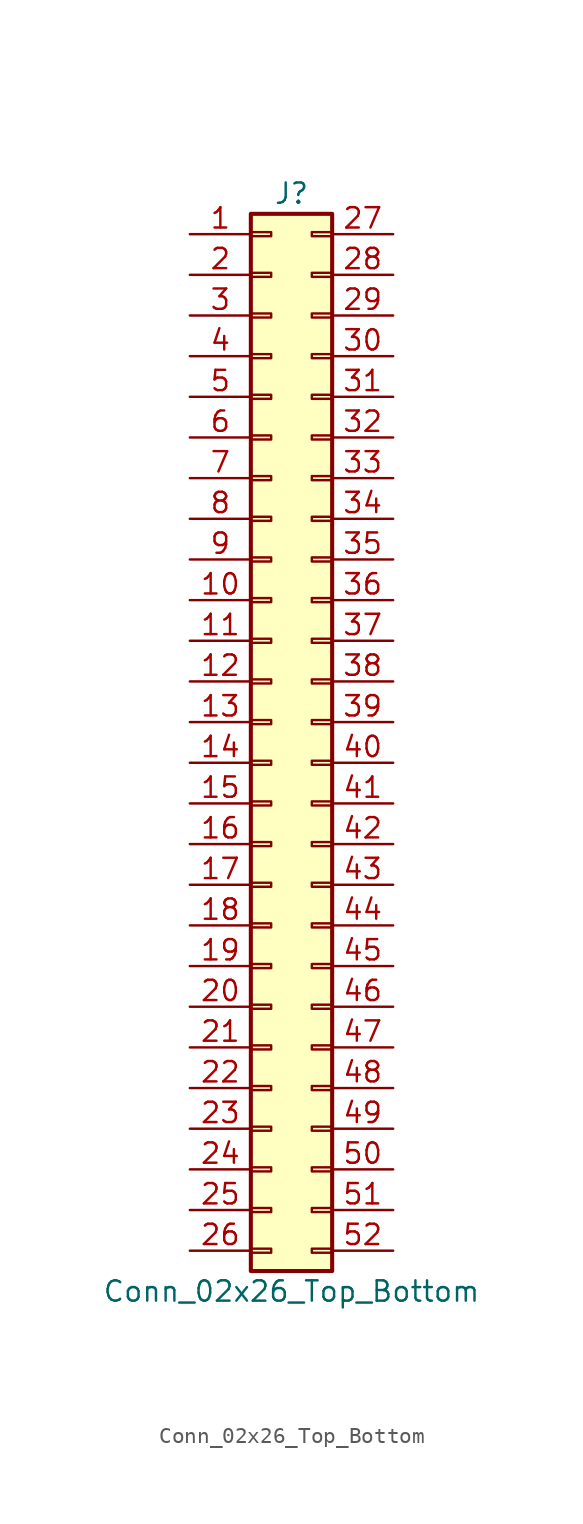
<source format=kicad_sym>
(kicad_symbol_lib
  (version 20220914)
  (generator kicad_symbol_editor)
  (symbol "Conn_02x26_Top_Bottom"
    (pin_names
      (offset 1.016) hide)
    (property "Reference" "J"
      (at 1.27 33.02 0)
      (effects (font (size 1.27 1.27))))
    (property "Value" "Conn_02x26_Top_Bottom"
      (at 1.27 -35.56 0)
      (effects (font (size 1.27 1.27))))
    (symbol "Conn_02x26_Top_Bottom_1_1"
      (rectangle (start -1.27 -32.893) (end 0 -33.147) (stroke (width 0.152) (type default)) (fill (type none)))
      (rectangle (start -1.27 -30.353) (end 0 -30.607) (stroke (width 0.152) (type default)) (fill (type none)))
      (rectangle (start -1.27 -27.813) (end 0 -28.067) (stroke (width 0.152) (type default)) (fill (type none)))
      (rectangle (start -1.27 -25.273) (end 0 -25.527) (stroke (width 0.152) (type default)) (fill (type none)))
      (rectangle (start -1.27 -22.733) (end 0 -22.987) (stroke (width 0.152) (type default)) (fill (type none)))
      (rectangle (start -1.27 -20.193) (end 0 -20.447) (stroke (width 0.152) (type default)) (fill (type none)))
      (rectangle (start -1.27 -17.653) (end 0 -17.907) (stroke (width 0.152) (type default)) (fill (type none)))
      (rectangle (start -1.27 -15.113) (end 0 -15.367) (stroke (width 0.152) (type default)) (fill (type none)))
      (rectangle (start -1.27 -12.573) (end 0 -12.827) (stroke (width 0.152) (type default)) (fill (type none)))
      (rectangle (start -1.27 -10.033) (end 0 -10.287) (stroke (width 0.152) (type default)) (fill (type none)))
      (rectangle (start -1.27 -7.493) (end 0 -7.747) (stroke (width 0.152) (type default)) (fill (type none)))
      (rectangle (start -1.27 -4.953) (end 0 -5.207) (stroke (width 0.152) (type default)) (fill (type none)))
      (rectangle (start -1.27 -2.413) (end 0 -2.667) (stroke (width 0.152) (type default)) (fill (type none)))
      (rectangle (start -1.27 0.127) (end 0 -0.127) (stroke (width 0.152) (type default)) (fill (type none)))
      (rectangle (start -1.27 2.667) (end 0 2.413) (stroke (width 0.152) (type default)) (fill (type none)))
      (rectangle (start -1.27 5.207) (end 0 4.953) (stroke (width 0.152) (type default)) (fill (type none)))
      (rectangle (start -1.27 7.747) (end 0 7.493) (stroke (width 0.152) (type default)) (fill (type none)))
      (rectangle (start -1.27 10.287) (end 0 10.033) (stroke (width 0.152) (type default)) (fill (type none)))
      (rectangle (start -1.27 12.827) (end 0 12.573) (stroke (width 0.152) (type default)) (fill (type none)))
      (rectangle (start -1.27 15.367) (end 0 15.113) (stroke (width 0.152) (type default)) (fill (type none)))
      (rectangle (start -1.27 17.907) (end 0 17.653) (stroke (width 0.152) (type default)) (fill (type none)))
      (rectangle (start -1.27 20.447) (end 0 20.193) (stroke (width 0.152) (type default)) (fill (type none)))
      (rectangle (start -1.27 22.987) (end 0 22.733) (stroke (width 0.152) (type default)) (fill (type none)))
      (rectangle (start -1.27 25.527) (end 0 25.273) (stroke (width 0.152) (type default)) (fill (type none)))
      (rectangle (start -1.27 28.067) (end 0 27.813) (stroke (width 0.152) (type default)) (fill (type none)))
      (rectangle (start -1.27 30.607) (end 0 30.353) (stroke (width 0.152) (type default)) (fill (type none)))
      (rectangle (start -1.27 31.75) (end 3.81 -34.29) (stroke (width 0.254) (type default)) (fill (type background)))
      (rectangle (start 3.81 -32.893) (end 2.54 -33.147) (stroke (width 0.152) (type default)) (fill (type none)))
      (rectangle (start 3.81 -30.353) (end 2.54 -30.607) (stroke (width 0.152) (type default)) (fill (type none)))
      (rectangle (start 3.81 -27.813) (end 2.54 -28.067) (stroke (width 0.152) (type default)) (fill (type none)))
      (rectangle (start 3.81 -25.273) (end 2.54 -25.527) (stroke (width 0.152) (type default)) (fill (type none)))
      (rectangle (start 3.81 -22.733) (end 2.54 -22.987) (stroke (width 0.152) (type default)) (fill (type none)))
      (rectangle (start 3.81 -20.193) (end 2.54 -20.447) (stroke (width 0.152) (type default)) (fill (type none)))
      (rectangle (start 3.81 -17.653) (end 2.54 -17.907) (stroke (width 0.152) (type default)) (fill (type none)))
      (rectangle (start 3.81 -15.113) (end 2.54 -15.367) (stroke (width 0.152) (type default)) (fill (type none)))
      (rectangle (start 3.81 -12.573) (end 2.54 -12.827) (stroke (width 0.152) (type default)) (fill (type none)))
      (rectangle (start 3.81 -10.033) (end 2.54 -10.287) (stroke (width 0.152) (type default)) (fill (type none)))
      (rectangle (start 3.81 -7.493) (end 2.54 -7.747) (stroke (width 0.152) (type default)) (fill (type none)))
      (rectangle (start 3.81 -4.953) (end 2.54 -5.207) (stroke (width 0.152) (type default)) (fill (type none)))
      (rectangle (start 3.81 -2.413) (end 2.54 -2.667) (stroke (width 0.152) (type default)) (fill (type none)))
      (rectangle (start 3.81 0.127) (end 2.54 -0.127) (stroke (width 0.152) (type default)) (fill (type none)))
      (rectangle (start 3.81 2.667) (end 2.54 2.413) (stroke (width 0.152) (type default)) (fill (type none)))
      (rectangle (start 3.81 5.207) (end 2.54 4.953) (stroke (width 0.152) (type default)) (fill (type none)))
      (rectangle (start 3.81 7.747) (end 2.54 7.493) (stroke (width 0.152) (type default)) (fill (type none)))
      (rectangle (start 3.81 10.287) (end 2.54 10.033) (stroke (width 0.152) (type default)) (fill (type none)))
      (rectangle (start 3.81 12.827) (end 2.54 12.573) (stroke (width 0.152) (type default)) (fill (type none)))
      (rectangle (start 3.81 15.367) (end 2.54 15.113) (stroke (width 0.152) (type default)) (fill (type none)))
      (rectangle (start 3.81 17.907) (end 2.54 17.653) (stroke (width 0.152) (type default)) (fill (type none)))
      (rectangle (start 3.81 20.447) (end 2.54 20.193) (stroke (width 0.152) (type default)) (fill (type none)))
      (rectangle (start 3.81 22.987) (end 2.54 22.733) (stroke (width 0.152) (type default)) (fill (type none)))
      (rectangle (start 3.81 25.527) (end 2.54 25.273) (stroke (width 0.152) (type default)) (fill (type none)))
      (rectangle (start 3.81 28.067) (end 2.54 27.813) (stroke (width 0.152) (type default)) (fill (type none)))
      (rectangle (start 3.81 30.607) (end 2.54 30.353) (stroke (width 0.152) (type default)) (fill (type none)))
      (pin passive line (at -5.08 30.48 0) (length 3.81) (name "Pin_1" (effects (font (size 1.27 1.27)))) (number "1" (effects (font (size 1.27 1.27)))))
      (pin passive line (at -5.08 7.62 0) (length 3.81) (name "Pin_10" (effects (font (size 1.27 1.27)))) (number "10" (effects (font (size 1.27 1.27)))))
      (pin passive line (at -5.08 5.08 0) (length 3.81) (name "Pin_11" (effects (font (size 1.27 1.27)))) (number "11" (effects (font (size 1.27 1.27)))))
      (pin passive line (at -5.08 2.54 0) (length 3.81) (name "Pin_12" (effects (font (size 1.27 1.27)))) (number "12" (effects (font (size 1.27 1.27)))))
      (pin passive line (at -5.08 0 0) (length 3.81) (name "Pin_13" (effects (font (size 1.27 1.27)))) (number "13" (effects (font (size 1.27 1.27)))))
      (pin passive line (at -5.08 -2.54 0) (length 3.81) (name "Pin_14" (effects (font (size 1.27 1.27)))) (number "14" (effects (font (size 1.27 1.27)))))
      (pin passive line (at -5.08 -5.08 0) (length 3.81) (name "Pin_15" (effects (font (size 1.27 1.27)))) (number "15" (effects (font (size 1.27 1.27)))))
      (pin passive line (at -5.08 -7.62 0) (length 3.81) (name "Pin_16" (effects (font (size 1.27 1.27)))) (number "16" (effects (font (size 1.27 1.27)))))
      (pin passive line (at -5.08 -10.16 0) (length 3.81) (name "Pin_17" (effects (font (size 1.27 1.27)))) (number "17" (effects (font (size 1.27 1.27)))))
      (pin passive line (at -5.08 -12.7 0) (length 3.81) (name "Pin_18" (effects (font (size 1.27 1.27)))) (number "18" (effects (font (size 1.27 1.27)))))
      (pin passive line (at -5.08 -15.24 0) (length 3.81) (name "Pin_19" (effects (font (size 1.27 1.27)))) (number "19" (effects (font (size 1.27 1.27)))))
      (pin passive line (at -5.08 27.94 0) (length 3.81) (name "Pin_2" (effects (font (size 1.27 1.27)))) (number "2" (effects (font (size 1.27 1.27)))))
      (pin passive line (at -5.08 -17.78 0) (length 3.81) (name "Pin_20" (effects (font (size 1.27 1.27)))) (number "20" (effects (font (size 1.27 1.27)))))
      (pin passive line (at -5.08 -20.32 0) (length 3.81) (name "Pin_21" (effects (font (size 1.27 1.27)))) (number "21" (effects (font (size 1.27 1.27)))))
      (pin passive line (at -5.08 -22.86 0) (length 3.81) (name "Pin_22" (effects (font (size 1.27 1.27)))) (number "22" (effects (font (size 1.27 1.27)))))
      (pin passive line (at -5.08 -25.4 0) (length 3.81) (name "Pin_23" (effects (font (size 1.27 1.27)))) (number "23" (effects (font (size 1.27 1.27)))))
      (pin passive line (at -5.08 -27.94 0) (length 3.81) (name "Pin_24" (effects (font (size 1.27 1.27)))) (number "24" (effects (font (size 1.27 1.27)))))
      (pin passive line (at -5.08 -30.48 0) (length 3.81) (name "Pin_25" (effects (font (size 1.27 1.27)))) (number "25" (effects (font (size 1.27 1.27)))))
      (pin passive line (at -5.08 -33.02 0) (length 3.81) (name "Pin_26" (effects (font (size 1.27 1.27)))) (number "26" (effects (font (size 1.27 1.27)))))
      (pin passive line (at 7.62 30.48 180) (length 3.81) (name "Pin_27" (effects (font (size 1.27 1.27)))) (number "27" (effects (font (size 1.27 1.27)))))
      (pin passive line (at 7.62 27.94 180) (length 3.81) (name "Pin_28" (effects (font (size 1.27 1.27)))) (number "28" (effects (font (size 1.27 1.27)))))
      (pin passive line (at 7.62 25.4 180) (length 3.81) (name "Pin_29" (effects (font (size 1.27 1.27)))) (number "29" (effects (font (size 1.27 1.27)))))
      (pin passive line (at -5.08 25.4 0) (length 3.81) (name "Pin_3" (effects (font (size 1.27 1.27)))) (number "3" (effects (font (size 1.27 1.27)))))
      (pin passive line (at 7.62 22.86 180) (length 3.81) (name "Pin_30" (effects (font (size 1.27 1.27)))) (number "30" (effects (font (size 1.27 1.27)))))
      (pin passive line (at 7.62 20.32 180) (length 3.81) (name "Pin_31" (effects (font (size 1.27 1.27)))) (number "31" (effects (font (size 1.27 1.27)))))
      (pin passive line (at 7.62 17.78 180) (length 3.81) (name "Pin_32" (effects (font (size 1.27 1.27)))) (number "32" (effects (font (size 1.27 1.27)))))
      (pin passive line (at 7.62 15.24 180) (length 3.81) (name "Pin_33" (effects (font (size 1.27 1.27)))) (number "33" (effects (font (size 1.27 1.27)))))
      (pin passive line (at 7.62 12.7 180) (length 3.81) (name "Pin_34" (effects (font (size 1.27 1.27)))) (number "34" (effects (font (size 1.27 1.27)))))
      (pin passive line (at 7.62 10.16 180) (length 3.81) (name "Pin_35" (effects (font (size 1.27 1.27)))) (number "35" (effects (font (size 1.27 1.27)))))
      (pin passive line (at 7.62 7.62 180) (length 3.81) (name "Pin_36" (effects (font (size 1.27 1.27)))) (number "36" (effects (font (size 1.27 1.27)))))
      (pin passive line (at 7.62 5.08 180) (length 3.81) (name "Pin_37" (effects (font (size 1.27 1.27)))) (number "37" (effects (font (size 1.27 1.27)))))
      (pin passive line (at 7.62 2.54 180) (length 3.81) (name "Pin_38" (effects (font (size 1.27 1.27)))) (number "38" (effects (font (size 1.27 1.27)))))
      (pin passive line (at 7.62 0 180) (length 3.81) (name "Pin_39" (effects (font (size 1.27 1.27)))) (number "39" (effects (font (size 1.27 1.27)))))
      (pin passive line (at -5.08 22.86 0) (length 3.81) (name "Pin_4" (effects (font (size 1.27 1.27)))) (number "4" (effects (font (size 1.27 1.27)))))
      (pin passive line (at 7.62 -2.54 180) (length 3.81) (name "Pin_40" (effects (font (size 1.27 1.27)))) (number "40" (effects (font (size 1.27 1.27)))))
      (pin passive line (at 7.62 -5.08 180) (length 3.81) (name "Pin_41" (effects (font (size 1.27 1.27)))) (number "41" (effects (font (size 1.27 1.27)))))
      (pin passive line (at 7.62 -7.62 180) (length 3.81) (name "Pin_42" (effects (font (size 1.27 1.27)))) (number "42" (effects (font (size 1.27 1.27)))))
      (pin passive line (at 7.62 -10.16 180) (length 3.81) (name "Pin_43" (effects (font (size 1.27 1.27)))) (number "43" (effects (font (size 1.27 1.27)))))
      (pin passive line (at 7.62 -12.7 180) (length 3.81) (name "Pin_44" (effects (font (size 1.27 1.27)))) (number "44" (effects (font (size 1.27 1.27)))))
      (pin passive line (at 7.62 -15.24 180) (length 3.81) (name "Pin_45" (effects (font (size 1.27 1.27)))) (number "45" (effects (font (size 1.27 1.27)))))
      (pin passive line (at 7.62 -17.78 180) (length 3.81) (name "Pin_46" (effects (font (size 1.27 1.27)))) (number "46" (effects (font (size 1.27 1.27)))))
      (pin passive line (at 7.62 -20.32 180) (length 3.81) (name "Pin_47" (effects (font (size 1.27 1.27)))) (number "47" (effects (font (size 1.27 1.27)))))
      (pin passive line (at 7.62 -22.86 180) (length 3.81) (name "Pin_48" (effects (font (size 1.27 1.27)))) (number "48" (effects (font (size 1.27 1.27)))))
      (pin passive line (at 7.62 -25.4 180) (length 3.81) (name "Pin_49" (effects (font (size 1.27 1.27)))) (number "49" (effects (font (size 1.27 1.27)))))
      (pin passive line (at -5.08 20.32 0) (length 3.81) (name "Pin_5" (effects (font (size 1.27 1.27)))) (number "5" (effects (font (size 1.27 1.27)))))
      (pin passive line (at 7.62 -27.94 180) (length 3.81) (name "Pin_50" (effects (font (size 1.27 1.27)))) (number "50" (effects (font (size 1.27 1.27)))))
      (pin passive line (at 7.62 -30.48 180) (length 3.81) (name "Pin_51" (effects (font (size 1.27 1.27)))) (number "51" (effects (font (size 1.27 1.27)))))
      (pin passive line (at 7.62 -33.02 180) (length 3.81) (name "Pin_52" (effects (font (size 1.27 1.27)))) (number "52" (effects (font (size 1.27 1.27)))))
      (pin passive line (at -5.08 17.78 0) (length 3.81) (name "Pin_6" (effects (font (size 1.27 1.27)))) (number "6" (effects (font (size 1.27 1.27)))))
      (pin passive line (at -5.08 15.24 0) (length 3.81) (name "Pin_7" (effects (font (size 1.27 1.27)))) (number "7" (effects (font (size 1.27 1.27)))))
      (pin passive line (at -5.08 12.7 0) (length 3.81) (name "Pin_8" (effects (font (size 1.27 1.27)))) (number "8" (effects (font (size 1.27 1.27)))))
      (pin passive line (at -5.08 10.16 0) (length 3.81) (name "Pin_9" (effects (font (size 1.27 1.27)))) (number "9" (effects (font (size 1.27 1.27))))))))
</source>
